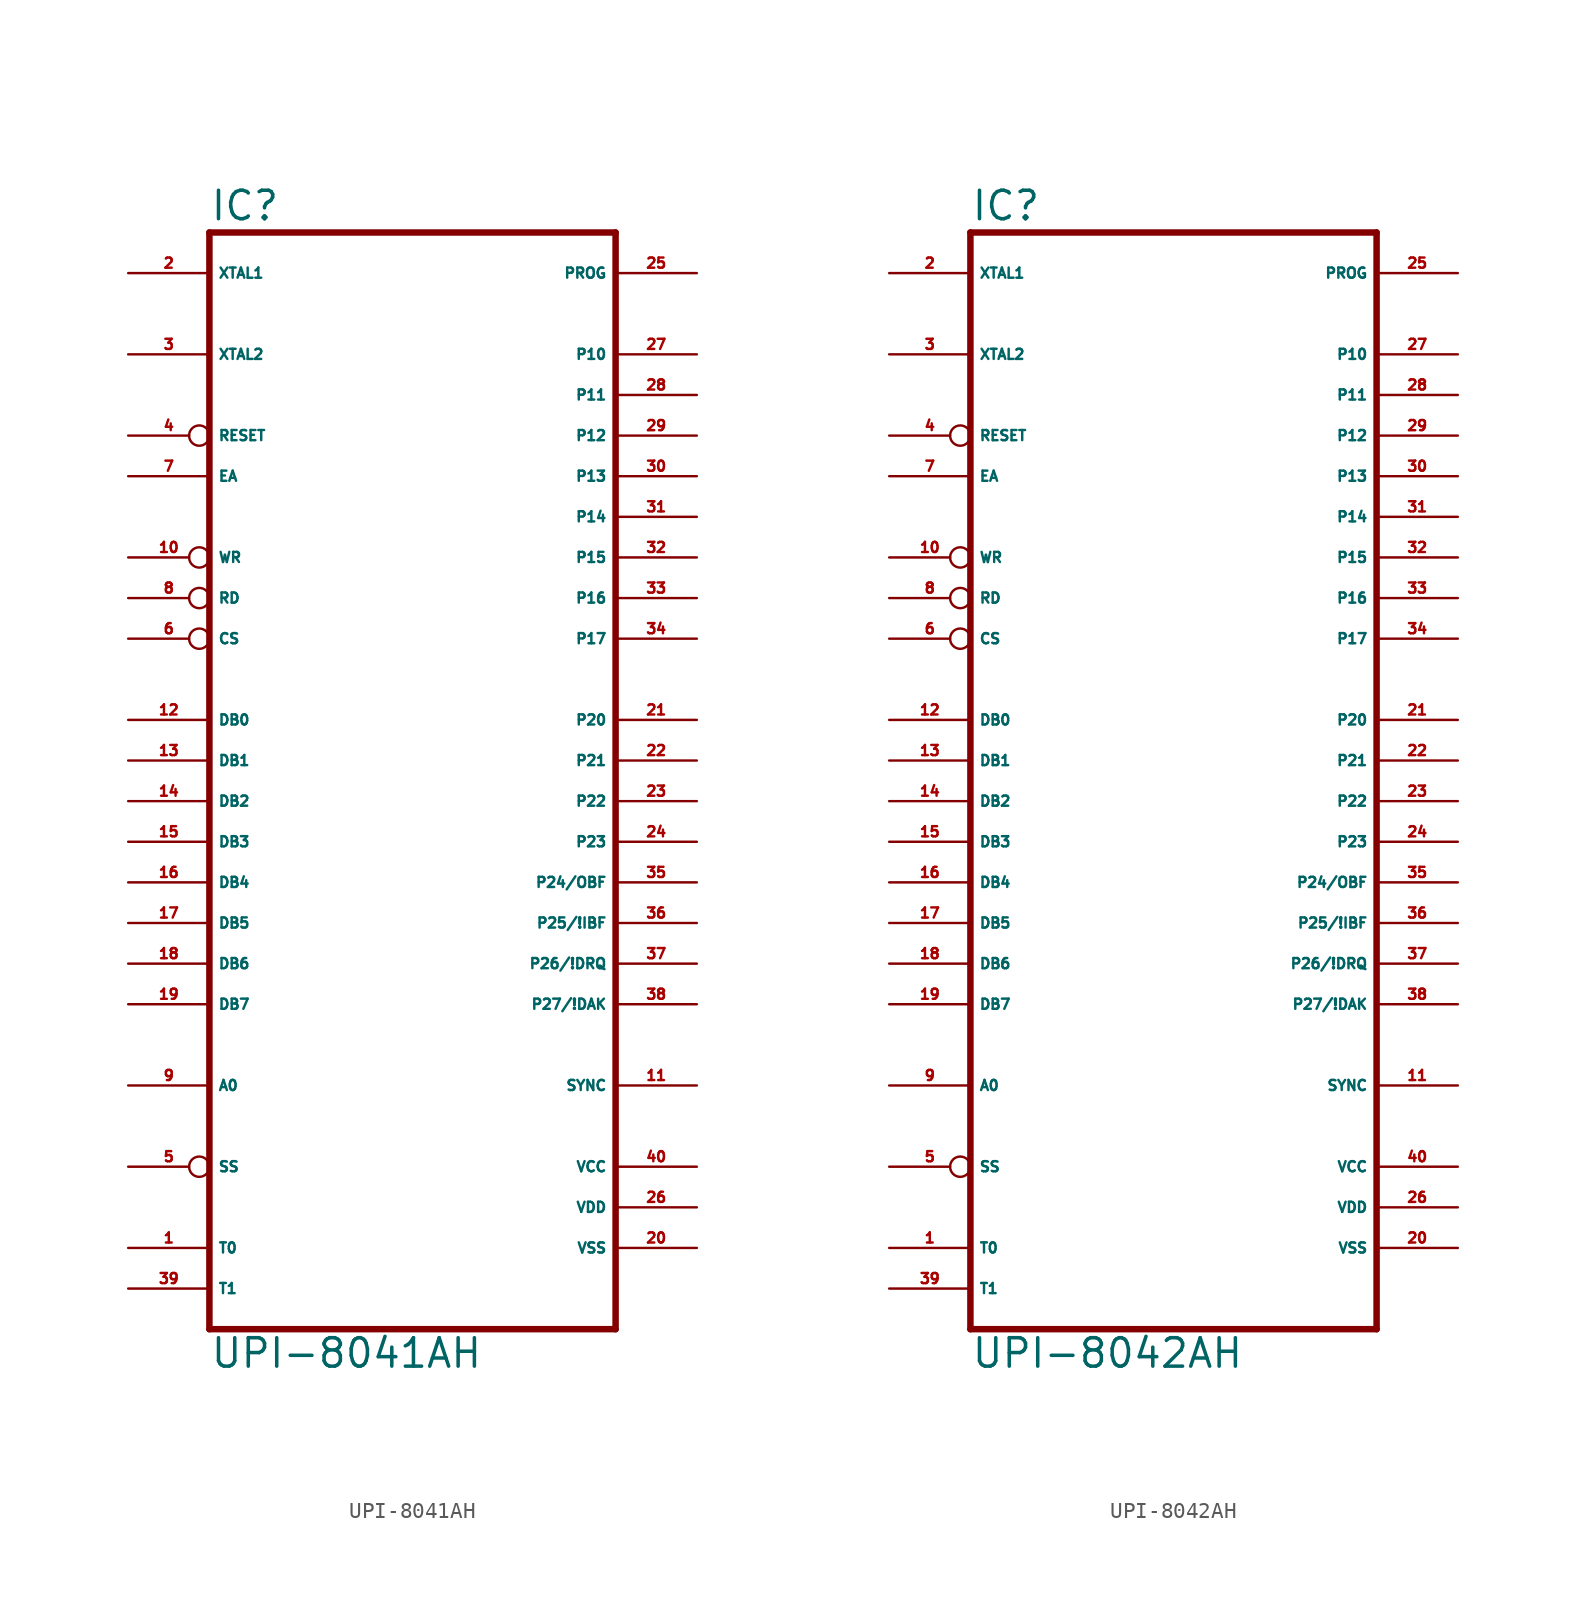
<source format=kicad_sym>
(kicad_symbol_lib
  (version 20220914)
  (generator Eagle2Kicad)
  (symbol "UPI-8041AH"
    (property "Reference" "IC"
      (at -12.7 33.655 0)
      (effects (font (size 1.778 1.778) (thickness 0.22)) (justify left bottom)))
    (property "Value" "UPI-8041AH"
      (at -12.7 -38.1 0)
      (effects (font (size 1.778 1.778) (thickness 0.22)) (justify left bottom)))
    (polyline
      (pts (xy 12.7 33.02) (xy 12.7 -35.56))
      (stroke (width 0.406) (type default))
      (fill (type none)))
    (polyline
      (pts (xy -12.7 -35.56) (xy 12.7 -35.56))
      (stroke (width 0.406) (type default))
      (fill (type none)))
    (polyline
      (pts (xy -12.7 -35.56) (xy -12.7 33.02))
      (stroke (width 0.406) (type default))
      (fill (type none)))
    (polyline
      (pts (xy 12.7 33.02) (xy -12.7 33.02))
      (stroke (width 0.406) (type default))
      (fill (type none)))
    (pin input line
      (at -17.78 25.4 0)
      (length 5.08)
      (name "XTAL2" (effects (font (size 0.635 0.635) (thickness 0.08)) (justify left bottom)))
      (number "3" (effects (font (size 0.635 0.635) (thickness 0.08)) (justify left bottom))))
    (pin input line
      (at -17.78 30.48 0)
      (length 5.08)
      (name "XTAL1" (effects (font (size 0.635 0.635) (thickness 0.08)) (justify left bottom)))
      (number "2" (effects (font (size 0.635 0.635) (thickness 0.08)) (justify left bottom))))
    (pin input line
      (at -17.78 17.78 0)
      (length 5.08)
      (name "EA" (effects (font (size 0.635 0.635) (thickness 0.08)) (justify left bottom)))
      (number "7" (effects (font (size 0.635 0.635) (thickness 0.08)) (justify left bottom))))
    (pin bidirectional line
      (at 17.78 -15.24 180)
      (length 5.08)
      (name "P27/!DAK" (effects (font (size 0.635 0.635) (thickness 0.08)) (justify left bottom)))
      (number "38" (effects (font (size 0.635 0.635) (thickness 0.08)) (justify left bottom))))
    (pin bidirectional line
      (at 17.78 -12.7 180)
      (length 5.08)
      (name "P26/!DRQ" (effects (font (size 0.635 0.635) (thickness 0.08)) (justify left bottom)))
      (number "37" (effects (font (size 0.635 0.635) (thickness 0.08)) (justify left bottom))))
    (pin bidirectional line
      (at 17.78 -10.16 180)
      (length 5.08)
      (name "P25/!IBF" (effects (font (size 0.635 0.635) (thickness 0.08)) (justify left bottom)))
      (number "36" (effects (font (size 0.635 0.635) (thickness 0.08)) (justify left bottom))))
    (pin bidirectional line
      (at 17.78 -7.62 180)
      (length 5.08)
      (name "P24/OBF" (effects (font (size 0.635 0.635) (thickness 0.08)) (justify left bottom)))
      (number "35" (effects (font (size 0.635 0.635) (thickness 0.08)) (justify left bottom))))
    (pin bidirectional line
      (at 17.78 -5.08 180)
      (length 5.08)
      (name "P23" (effects (font (size 0.635 0.635) (thickness 0.08)) (justify left bottom)))
      (number "24" (effects (font (size 0.635 0.635) (thickness 0.08)) (justify left bottom))))
    (pin bidirectional line
      (at 17.78 -2.54 180)
      (length 5.08)
      (name "P22" (effects (font (size 0.635 0.635) (thickness 0.08)) (justify left bottom)))
      (number "23" (effects (font (size 0.635 0.635) (thickness 0.08)) (justify left bottom))))
    (pin bidirectional line
      (at 17.78 0 180)
      (length 5.08)
      (name "P21" (effects (font (size 0.635 0.635) (thickness 0.08)) (justify left bottom)))
      (number "22" (effects (font (size 0.635 0.635) (thickness 0.08)) (justify left bottom))))
    (pin bidirectional line
      (at 17.78 2.54 180)
      (length 5.08)
      (name "P20" (effects (font (size 0.635 0.635) (thickness 0.08)) (justify left bottom)))
      (number "21" (effects (font (size 0.635 0.635) (thickness 0.08)) (justify left bottom))))
    (pin bidirectional line
      (at -17.78 -15.24 0)
      (length 5.08)
      (name "DB7" (effects (font (size 0.635 0.635) (thickness 0.08)) (justify left bottom)))
      (number "19" (effects (font (size 0.635 0.635) (thickness 0.08)) (justify left bottom))))
    (pin bidirectional line
      (at -17.78 -12.7 0)
      (length 5.08)
      (name "DB6" (effects (font (size 0.635 0.635) (thickness 0.08)) (justify left bottom)))
      (number "18" (effects (font (size 0.635 0.635) (thickness 0.08)) (justify left bottom))))
    (pin bidirectional line
      (at -17.78 -10.16 0)
      (length 5.08)
      (name "DB5" (effects (font (size 0.635 0.635) (thickness 0.08)) (justify left bottom)))
      (number "17" (effects (font (size 0.635 0.635) (thickness 0.08)) (justify left bottom))))
    (pin bidirectional line
      (at -17.78 -7.62 0)
      (length 5.08)
      (name "DB4" (effects (font (size 0.635 0.635) (thickness 0.08)) (justify left bottom)))
      (number "16" (effects (font (size 0.635 0.635) (thickness 0.08)) (justify left bottom))))
    (pin bidirectional line
      (at -17.78 -5.08 0)
      (length 5.08)
      (name "DB3" (effects (font (size 0.635 0.635) (thickness 0.08)) (justify left bottom)))
      (number "15" (effects (font (size 0.635 0.635) (thickness 0.08)) (justify left bottom))))
    (pin bidirectional line
      (at -17.78 -2.54 0)
      (length 5.08)
      (name "DB2" (effects (font (size 0.635 0.635) (thickness 0.08)) (justify left bottom)))
      (number "14" (effects (font (size 0.635 0.635) (thickness 0.08)) (justify left bottom))))
    (pin bidirectional line
      (at -17.78 0 0)
      (length 5.08)
      (name "DB1" (effects (font (size 0.635 0.635) (thickness 0.08)) (justify left bottom)))
      (number "13" (effects (font (size 0.635 0.635) (thickness 0.08)) (justify left bottom))))
    (pin bidirectional line
      (at -17.78 2.54 0)
      (length 5.08)
      (name "DB0" (effects (font (size 0.635 0.635) (thickness 0.08)) (justify left bottom)))
      (number "12" (effects (font (size 0.635 0.635) (thickness 0.08)) (justify left bottom))))
    (pin output line
      (at 17.78 -20.32 180)
      (length 5.08)
      (name "SYNC" (effects (font (size 0.635 0.635) (thickness 0.08)) (justify left bottom)))
      (number "11" (effects (font (size 0.635 0.635) (thickness 0.08)) (justify left bottom))))
    (pin input line
      (at -17.78 -20.32 0)
      (length 5.08)
      (name "A0" (effects (font (size 0.635 0.635) (thickness 0.08)) (justify left bottom)))
      (number "9" (effects (font (size 0.635 0.635) (thickness 0.08)) (justify left bottom))))
    (pin input inverted
      (at -17.78 10.16 0)
      (length 5.08)
      (name "RD" (effects (font (size 0.635 0.635) (thickness 0.08)) (justify left bottom)))
      (number "8" (effects (font (size 0.635 0.635) (thickness 0.08)) (justify left bottom))))
    (pin input inverted
      (at -17.78 12.7 0)
      (length 5.08)
      (name "WR" (effects (font (size 0.635 0.635) (thickness 0.08)) (justify left bottom)))
      (number "10" (effects (font (size 0.635 0.635) (thickness 0.08)) (justify left bottom))))
    (pin unspecified line
      (at 17.78 -25.4 180)
      (length 5.08)
      (name "VCC" (effects (font (size 0.635 0.635) (thickness 0.08)) (justify left bottom)))
      (number "40" (effects (font (size 0.635 0.635) (thickness 0.08)) (justify left bottom))))
    (pin unspecified line
      (at 17.78 -30.48 180)
      (length 5.08)
      (name "VSS" (effects (font (size 0.635 0.635) (thickness 0.08)) (justify left bottom)))
      (number "20" (effects (font (size 0.635 0.635) (thickness 0.08)) (justify left bottom))))
    (pin bidirectional line
      (at 17.78 22.86 180)
      (length 5.08)
      (name "P11" (effects (font (size 0.635 0.635) (thickness 0.08)) (justify left bottom)))
      (number "28" (effects (font (size 0.635 0.635) (thickness 0.08)) (justify left bottom))))
    (pin input inverted
      (at -17.78 20.32 0)
      (length 5.08)
      (name "RESET" (effects (font (size 0.635 0.635) (thickness 0.08)) (justify left bottom)))
      (number "4" (effects (font (size 0.635 0.635) (thickness 0.08)) (justify left bottom))))
    (pin bidirectional line
      (at 17.78 17.78 180)
      (length 5.08)
      (name "P13" (effects (font (size 0.635 0.635) (thickness 0.08)) (justify left bottom)))
      (number "30" (effects (font (size 0.635 0.635) (thickness 0.08)) (justify left bottom))))
    (pin bidirectional line
      (at 17.78 15.24 180)
      (length 5.08)
      (name "P14" (effects (font (size 0.635 0.635) (thickness 0.08)) (justify left bottom)))
      (number "31" (effects (font (size 0.635 0.635) (thickness 0.08)) (justify left bottom))))
    (pin bidirectional line
      (at 17.78 12.7 180)
      (length 5.08)
      (name "P15" (effects (font (size 0.635 0.635) (thickness 0.08)) (justify left bottom)))
      (number "32" (effects (font (size 0.635 0.635) (thickness 0.08)) (justify left bottom))))
    (pin bidirectional line
      (at 17.78 10.16 180)
      (length 5.08)
      (name "P16" (effects (font (size 0.635 0.635) (thickness 0.08)) (justify left bottom)))
      (number "33" (effects (font (size 0.635 0.635) (thickness 0.08)) (justify left bottom))))
    (pin bidirectional line
      (at 17.78 7.62 180)
      (length 5.08)
      (name "P17" (effects (font (size 0.635 0.635) (thickness 0.08)) (justify left bottom)))
      (number "34" (effects (font (size 0.635 0.635) (thickness 0.08)) (justify left bottom))))
    (pin input line
      (at -17.78 -30.48 0)
      (length 5.08)
      (name "T0" (effects (font (size 0.635 0.635) (thickness 0.08)) (justify left bottom)))
      (number "1" (effects (font (size 0.635 0.635) (thickness 0.08)) (justify left bottom))))
    (pin input line
      (at -17.78 -33.02 0)
      (length 5.08)
      (name "T1" (effects (font (size 0.635 0.635) (thickness 0.08)) (justify left bottom)))
      (number "39" (effects (font (size 0.635 0.635) (thickness 0.08)) (justify left bottom))))
    (pin input inverted
      (at -17.78 -25.4 0)
      (length 5.08)
      (name "SS" (effects (font (size 0.635 0.635) (thickness 0.08)) (justify left bottom)))
      (number "5" (effects (font (size 0.635 0.635) (thickness 0.08)) (justify left bottom))))
    (pin bidirectional line
      (at 17.78 30.48 180)
      (length 5.08)
      (name "PROG" (effects (font (size 0.635 0.635) (thickness 0.08)) (justify left bottom)))
      (number "25" (effects (font (size 0.635 0.635) (thickness 0.08)) (justify left bottom))))
    (pin input inverted
      (at -17.78 7.62 0)
      (length 5.08)
      (name "CS" (effects (font (size 0.635 0.635) (thickness 0.08)) (justify left bottom)))
      (number "6" (effects (font (size 0.635 0.635) (thickness 0.08)) (justify left bottom))))
    (pin bidirectional line
      (at 17.78 20.32 180)
      (length 5.08)
      (name "P12" (effects (font (size 0.635 0.635) (thickness 0.08)) (justify left bottom)))
      (number "29" (effects (font (size 0.635 0.635) (thickness 0.08)) (justify left bottom))))
    (pin bidirectional line
      (at 17.78 25.4 180)
      (length 5.08)
      (name "P10" (effects (font (size 0.635 0.635) (thickness 0.08)) (justify left bottom)))
      (number "27" (effects (font (size 0.635 0.635) (thickness 0.08)) (justify left bottom))))
    (pin unspecified line
      (at 17.78 -27.94 180)
      (length 5.08)
      (name "VDD" (effects (font (size 0.635 0.635) (thickness 0.08)) (justify left bottom)))
      (number "26" (effects (font (size 0.635 0.635) (thickness 0.08)) (justify left bottom)))))
  (symbol "UPI-8042AH"
    (property "Reference" "IC"
      (at -12.7 33.655 0)
      (effects (font (size 1.778 1.778) (thickness 0.22)) (justify left bottom)))
    (property "Value" "UPI-8042AH"
      (at -12.7 -38.1 0)
      (effects (font (size 1.778 1.778) (thickness 0.22)) (justify left bottom)))
    (polyline
      (pts (xy 12.7 33.02) (xy 12.7 -35.56))
      (stroke (width 0.406) (type default))
      (fill (type none)))
    (polyline
      (pts (xy -12.7 -35.56) (xy 12.7 -35.56))
      (stroke (width 0.406) (type default))
      (fill (type none)))
    (polyline
      (pts (xy -12.7 -35.56) (xy -12.7 33.02))
      (stroke (width 0.406) (type default))
      (fill (type none)))
    (polyline
      (pts (xy 12.7 33.02) (xy -12.7 33.02))
      (stroke (width 0.406) (type default))
      (fill (type none)))
    (pin input line
      (at -17.78 25.4 0)
      (length 5.08)
      (name "XTAL2" (effects (font (size 0.635 0.635) (thickness 0.08)) (justify left bottom)))
      (number "3" (effects (font (size 0.635 0.635) (thickness 0.08)) (justify left bottom))))
    (pin input line
      (at -17.78 30.48 0)
      (length 5.08)
      (name "XTAL1" (effects (font (size 0.635 0.635) (thickness 0.08)) (justify left bottom)))
      (number "2" (effects (font (size 0.635 0.635) (thickness 0.08)) (justify left bottom))))
    (pin input line
      (at -17.78 17.78 0)
      (length 5.08)
      (name "EA" (effects (font (size 0.635 0.635) (thickness 0.08)) (justify left bottom)))
      (number "7" (effects (font (size 0.635 0.635) (thickness 0.08)) (justify left bottom))))
    (pin bidirectional line
      (at 17.78 -15.24 180)
      (length 5.08)
      (name "P27/!DAK" (effects (font (size 0.635 0.635) (thickness 0.08)) (justify left bottom)))
      (number "38" (effects (font (size 0.635 0.635) (thickness 0.08)) (justify left bottom))))
    (pin bidirectional line
      (at 17.78 -12.7 180)
      (length 5.08)
      (name "P26/!DRQ" (effects (font (size 0.635 0.635) (thickness 0.08)) (justify left bottom)))
      (number "37" (effects (font (size 0.635 0.635) (thickness 0.08)) (justify left bottom))))
    (pin bidirectional line
      (at 17.78 -10.16 180)
      (length 5.08)
      (name "P25/!IBF" (effects (font (size 0.635 0.635) (thickness 0.08)) (justify left bottom)))
      (number "36" (effects (font (size 0.635 0.635) (thickness 0.08)) (justify left bottom))))
    (pin bidirectional line
      (at 17.78 -7.62 180)
      (length 5.08)
      (name "P24/OBF" (effects (font (size 0.635 0.635) (thickness 0.08)) (justify left bottom)))
      (number "35" (effects (font (size 0.635 0.635) (thickness 0.08)) (justify left bottom))))
    (pin bidirectional line
      (at 17.78 -5.08 180)
      (length 5.08)
      (name "P23" (effects (font (size 0.635 0.635) (thickness 0.08)) (justify left bottom)))
      (number "24" (effects (font (size 0.635 0.635) (thickness 0.08)) (justify left bottom))))
    (pin bidirectional line
      (at 17.78 -2.54 180)
      (length 5.08)
      (name "P22" (effects (font (size 0.635 0.635) (thickness 0.08)) (justify left bottom)))
      (number "23" (effects (font (size 0.635 0.635) (thickness 0.08)) (justify left bottom))))
    (pin bidirectional line
      (at 17.78 0 180)
      (length 5.08)
      (name "P21" (effects (font (size 0.635 0.635) (thickness 0.08)) (justify left bottom)))
      (number "22" (effects (font (size 0.635 0.635) (thickness 0.08)) (justify left bottom))))
    (pin bidirectional line
      (at 17.78 2.54 180)
      (length 5.08)
      (name "P20" (effects (font (size 0.635 0.635) (thickness 0.08)) (justify left bottom)))
      (number "21" (effects (font (size 0.635 0.635) (thickness 0.08)) (justify left bottom))))
    (pin bidirectional line
      (at -17.78 -15.24 0)
      (length 5.08)
      (name "DB7" (effects (font (size 0.635 0.635) (thickness 0.08)) (justify left bottom)))
      (number "19" (effects (font (size 0.635 0.635) (thickness 0.08)) (justify left bottom))))
    (pin bidirectional line
      (at -17.78 -12.7 0)
      (length 5.08)
      (name "DB6" (effects (font (size 0.635 0.635) (thickness 0.08)) (justify left bottom)))
      (number "18" (effects (font (size 0.635 0.635) (thickness 0.08)) (justify left bottom))))
    (pin bidirectional line
      (at -17.78 -10.16 0)
      (length 5.08)
      (name "DB5" (effects (font (size 0.635 0.635) (thickness 0.08)) (justify left bottom)))
      (number "17" (effects (font (size 0.635 0.635) (thickness 0.08)) (justify left bottom))))
    (pin bidirectional line
      (at -17.78 -7.62 0)
      (length 5.08)
      (name "DB4" (effects (font (size 0.635 0.635) (thickness 0.08)) (justify left bottom)))
      (number "16" (effects (font (size 0.635 0.635) (thickness 0.08)) (justify left bottom))))
    (pin bidirectional line
      (at -17.78 -5.08 0)
      (length 5.08)
      (name "DB3" (effects (font (size 0.635 0.635) (thickness 0.08)) (justify left bottom)))
      (number "15" (effects (font (size 0.635 0.635) (thickness 0.08)) (justify left bottom))))
    (pin bidirectional line
      (at -17.78 -2.54 0)
      (length 5.08)
      (name "DB2" (effects (font (size 0.635 0.635) (thickness 0.08)) (justify left bottom)))
      (number "14" (effects (font (size 0.635 0.635) (thickness 0.08)) (justify left bottom))))
    (pin bidirectional line
      (at -17.78 0 0)
      (length 5.08)
      (name "DB1" (effects (font (size 0.635 0.635) (thickness 0.08)) (justify left bottom)))
      (number "13" (effects (font (size 0.635 0.635) (thickness 0.08)) (justify left bottom))))
    (pin bidirectional line
      (at -17.78 2.54 0)
      (length 5.08)
      (name "DB0" (effects (font (size 0.635 0.635) (thickness 0.08)) (justify left bottom)))
      (number "12" (effects (font (size 0.635 0.635) (thickness 0.08)) (justify left bottom))))
    (pin output line
      (at 17.78 -20.32 180)
      (length 5.08)
      (name "SYNC" (effects (font (size 0.635 0.635) (thickness 0.08)) (justify left bottom)))
      (number "11" (effects (font (size 0.635 0.635) (thickness 0.08)) (justify left bottom))))
    (pin input line
      (at -17.78 -20.32 0)
      (length 5.08)
      (name "A0" (effects (font (size 0.635 0.635) (thickness 0.08)) (justify left bottom)))
      (number "9" (effects (font (size 0.635 0.635) (thickness 0.08)) (justify left bottom))))
    (pin input inverted
      (at -17.78 10.16 0)
      (length 5.08)
      (name "RD" (effects (font (size 0.635 0.635) (thickness 0.08)) (justify left bottom)))
      (number "8" (effects (font (size 0.635 0.635) (thickness 0.08)) (justify left bottom))))
    (pin input inverted
      (at -17.78 12.7 0)
      (length 5.08)
      (name "WR" (effects (font (size 0.635 0.635) (thickness 0.08)) (justify left bottom)))
      (number "10" (effects (font (size 0.635 0.635) (thickness 0.08)) (justify left bottom))))
    (pin unspecified line
      (at 17.78 -25.4 180)
      (length 5.08)
      (name "VCC" (effects (font (size 0.635 0.635) (thickness 0.08)) (justify left bottom)))
      (number "40" (effects (font (size 0.635 0.635) (thickness 0.08)) (justify left bottom))))
    (pin unspecified line
      (at 17.78 -30.48 180)
      (length 5.08)
      (name "VSS" (effects (font (size 0.635 0.635) (thickness 0.08)) (justify left bottom)))
      (number "20" (effects (font (size 0.635 0.635) (thickness 0.08)) (justify left bottom))))
    (pin bidirectional line
      (at 17.78 22.86 180)
      (length 5.08)
      (name "P11" (effects (font (size 0.635 0.635) (thickness 0.08)) (justify left bottom)))
      (number "28" (effects (font (size 0.635 0.635) (thickness 0.08)) (justify left bottom))))
    (pin input inverted
      (at -17.78 20.32 0)
      (length 5.08)
      (name "RESET" (effects (font (size 0.635 0.635) (thickness 0.08)) (justify left bottom)))
      (number "4" (effects (font (size 0.635 0.635) (thickness 0.08)) (justify left bottom))))
    (pin bidirectional line
      (at 17.78 17.78 180)
      (length 5.08)
      (name "P13" (effects (font (size 0.635 0.635) (thickness 0.08)) (justify left bottom)))
      (number "30" (effects (font (size 0.635 0.635) (thickness 0.08)) (justify left bottom))))
    (pin bidirectional line
      (at 17.78 15.24 180)
      (length 5.08)
      (name "P14" (effects (font (size 0.635 0.635) (thickness 0.08)) (justify left bottom)))
      (number "31" (effects (font (size 0.635 0.635) (thickness 0.08)) (justify left bottom))))
    (pin bidirectional line
      (at 17.78 12.7 180)
      (length 5.08)
      (name "P15" (effects (font (size 0.635 0.635) (thickness 0.08)) (justify left bottom)))
      (number "32" (effects (font (size 0.635 0.635) (thickness 0.08)) (justify left bottom))))
    (pin bidirectional line
      (at 17.78 10.16 180)
      (length 5.08)
      (name "P16" (effects (font (size 0.635 0.635) (thickness 0.08)) (justify left bottom)))
      (number "33" (effects (font (size 0.635 0.635) (thickness 0.08)) (justify left bottom))))
    (pin bidirectional line
      (at 17.78 7.62 180)
      (length 5.08)
      (name "P17" (effects (font (size 0.635 0.635) (thickness 0.08)) (justify left bottom)))
      (number "34" (effects (font (size 0.635 0.635) (thickness 0.08)) (justify left bottom))))
    (pin input line
      (at -17.78 -30.48 0)
      (length 5.08)
      (name "T0" (effects (font (size 0.635 0.635) (thickness 0.08)) (justify left bottom)))
      (number "1" (effects (font (size 0.635 0.635) (thickness 0.08)) (justify left bottom))))
    (pin input line
      (at -17.78 -33.02 0)
      (length 5.08)
      (name "T1" (effects (font (size 0.635 0.635) (thickness 0.08)) (justify left bottom)))
      (number "39" (effects (font (size 0.635 0.635) (thickness 0.08)) (justify left bottom))))
    (pin input inverted
      (at -17.78 -25.4 0)
      (length 5.08)
      (name "SS" (effects (font (size 0.635 0.635) (thickness 0.08)) (justify left bottom)))
      (number "5" (effects (font (size 0.635 0.635) (thickness 0.08)) (justify left bottom))))
    (pin bidirectional line
      (at 17.78 30.48 180)
      (length 5.08)
      (name "PROG" (effects (font (size 0.635 0.635) (thickness 0.08)) (justify left bottom)))
      (number "25" (effects (font (size 0.635 0.635) (thickness 0.08)) (justify left bottom))))
    (pin input inverted
      (at -17.78 7.62 0)
      (length 5.08)
      (name "CS" (effects (font (size 0.635 0.635) (thickness 0.08)) (justify left bottom)))
      (number "6" (effects (font (size 0.635 0.635) (thickness 0.08)) (justify left bottom))))
    (pin bidirectional line
      (at 17.78 20.32 180)
      (length 5.08)
      (name "P12" (effects (font (size 0.635 0.635) (thickness 0.08)) (justify left bottom)))
      (number "29" (effects (font (size 0.635 0.635) (thickness 0.08)) (justify left bottom))))
    (pin bidirectional line
      (at 17.78 25.4 180)
      (length 5.08)
      (name "P10" (effects (font (size 0.635 0.635) (thickness 0.08)) (justify left bottom)))
      (number "27" (effects (font (size 0.635 0.635) (thickness 0.08)) (justify left bottom))))
    (pin unspecified line
      (at 17.78 -27.94 180)
      (length 5.08)
      (name "VDD" (effects (font (size 0.635 0.635) (thickness 0.08)) (justify left bottom)))
      (number "26" (effects (font (size 0.635 0.635) (thickness 0.08)) (justify left bottom))))))
</source>
